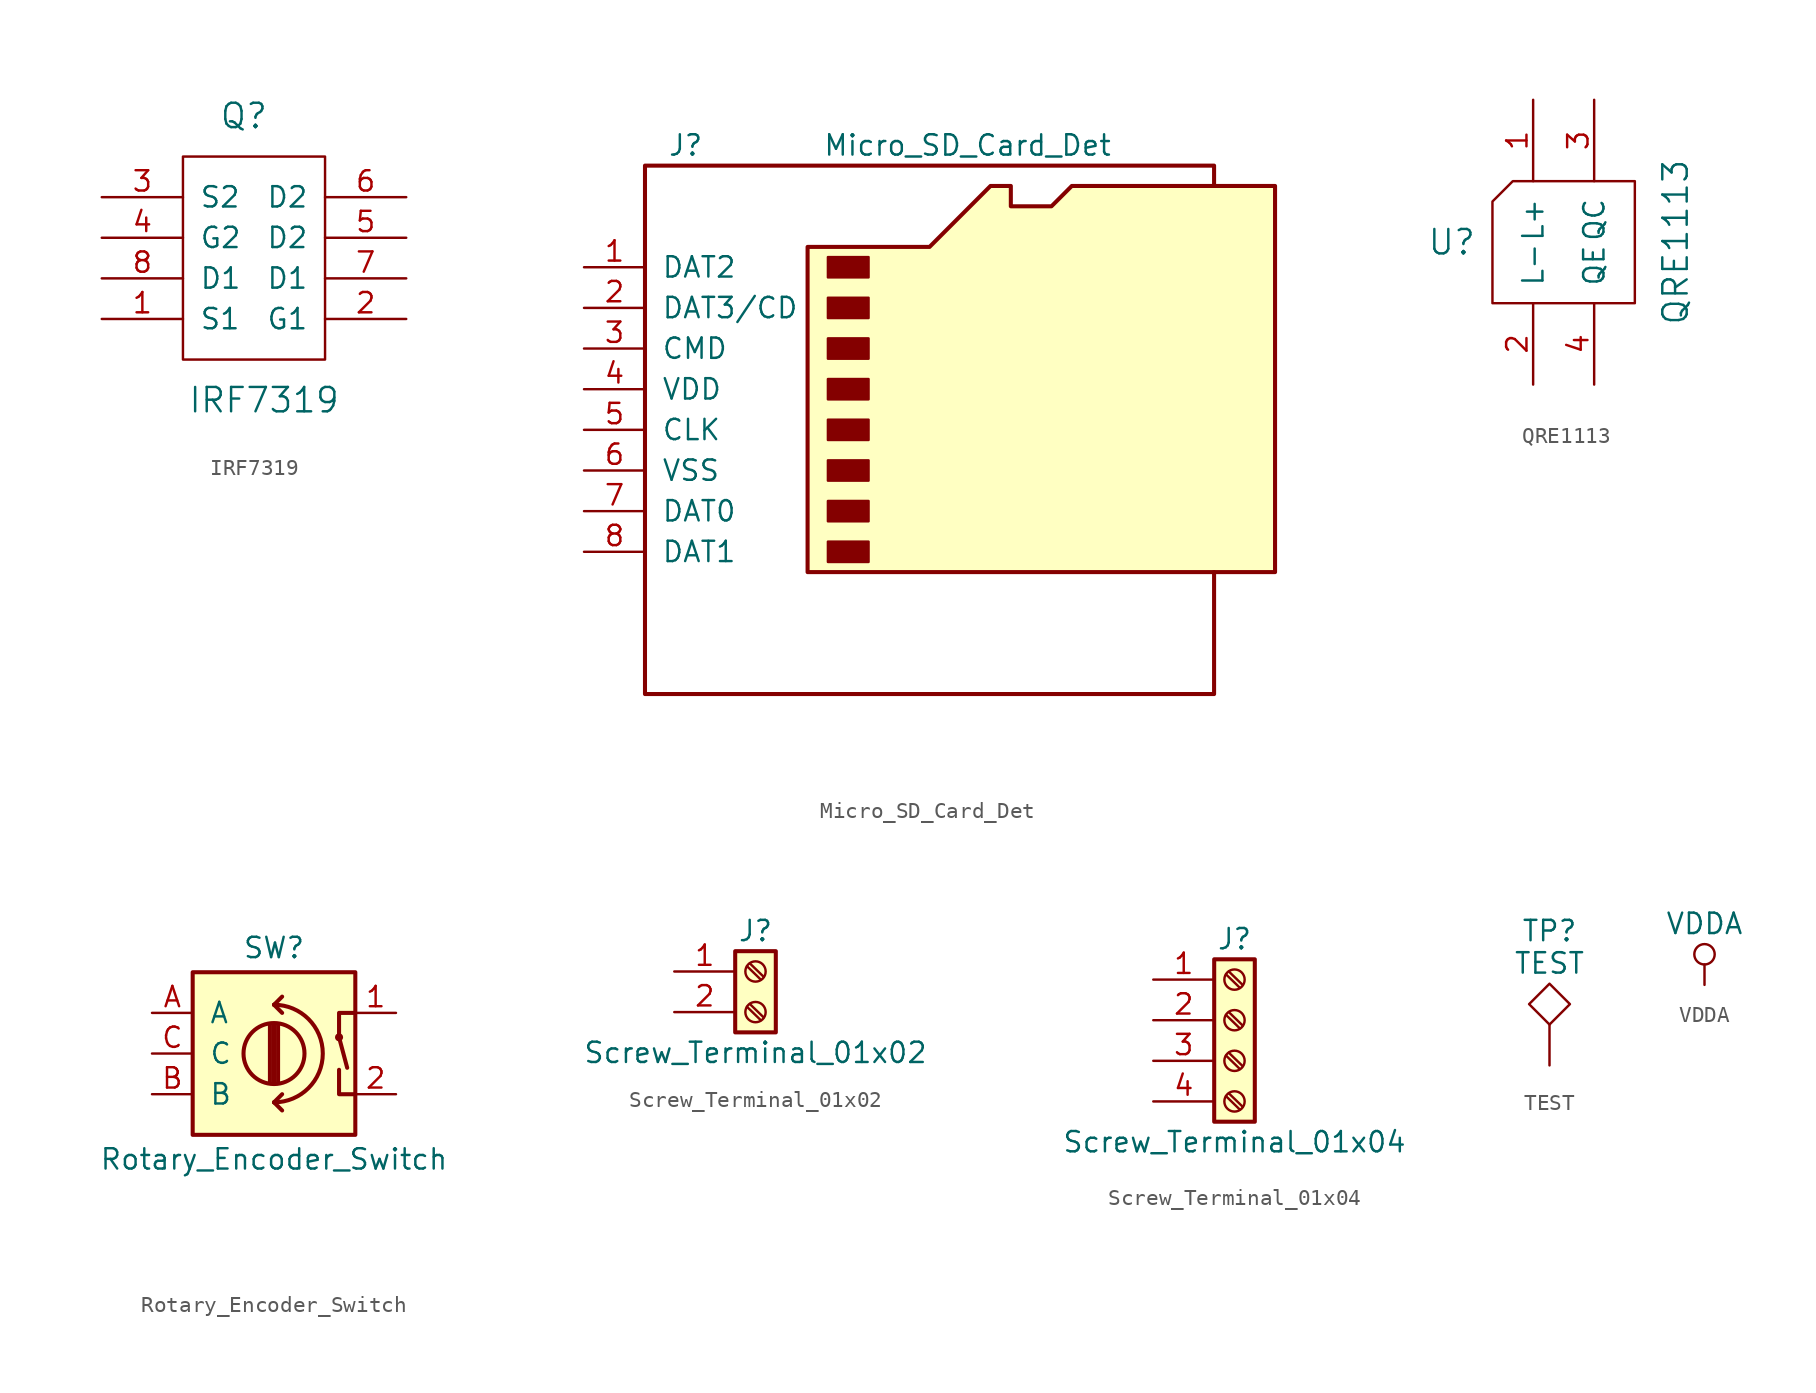
<source format=kicad_sym>
(kicad_symbol_lib
  (version 20231120)
  (generator "kicad_symbol_editor")
  (generator_version "8.0")
  (symbol "IRF7319"
    (pin_names
      (offset 1.016))
    (property "Reference" "Q"
      (at 0 7.62 0)
      (effects (font (size 1.524 1.524))))
    (property "Value" "IRF7319"
      (at 1.27 -10.16 0)
      (effects (font (size 1.524 1.524))))
    (symbol "IRF7319_0_1"
      (rectangle (start -3.81 5.08) (end 5.08 -7.62) (stroke (width 0) (type solid)) (fill (type none))))
    (symbol "IRF7319_1_1"
      (pin unspecified line (at -8.89 -5.08 0) (length 5.08) (name "S1" (effects (font (size 1.27 1.27)))) (number "1" (effects (font (size 1.27 1.27)))))
      (pin unspecified line (at 10.16 -5.08 180) (length 5.08) (name "G1" (effects (font (size 1.27 1.27)))) (number "2" (effects (font (size 1.27 1.27)))))
      (pin unspecified line (at -8.89 2.54 0) (length 5.08) (name "S2" (effects (font (size 1.27 1.27)))) (number "3" (effects (font (size 1.27 1.27)))))
      (pin unspecified line (at -8.89 0 0) (length 5.08) (name "G2" (effects (font (size 1.27 1.27)))) (number "4" (effects (font (size 1.27 1.27)))))
      (pin unspecified line (at 10.16 0 180) (length 5.08) (name "D2" (effects (font (size 1.27 1.27)))) (number "5" (effects (font (size 1.27 1.27)))))
      (pin unspecified line (at 10.16 2.54 180) (length 5.08) (name "D2" (effects (font (size 1.27 1.27)))) (number "6" (effects (font (size 1.27 1.27)))))
      (pin unspecified line (at 10.16 -2.54 180) (length 5.08) (name "D1" (effects (font (size 1.27 1.27)))) (number "7" (effects (font (size 1.27 1.27)))))
      (pin unspecified line (at -8.89 -2.54 0) (length 5.08) (name "D1" (effects (font (size 1.27 1.27)))) (number "8" (effects (font (size 1.27 1.27)))))))
  (symbol "Micro_SD_Card_Det"
    (pin_names
      (offset 1.016))
    (property "Reference" "J"
      (at -16.51 17.78 0)
      (effects (font (size 1.27 1.27))))
    (property "Value" "Micro_SD_Card_Det"
      (at 10.16 17.78 0)
      (effects (font (size 1.27 1.27)) (justify right)))
    (symbol "Micro_SD_Card_Det_0_1"
      (rectangle (start -7.62 -6.985) (end -5.08 -8.255) (stroke (width 0) (type solid)) (fill (type outline)))
      (rectangle (start -7.62 -4.445) (end -5.08 -5.715) (stroke (width 0) (type solid)) (fill (type outline)))
      (rectangle (start -7.62 -1.905) (end -5.08 -3.175) (stroke (width 0) (type solid)) (fill (type outline)))
      (rectangle (start -7.62 0.635) (end -5.08 -0.635) (stroke (width 0) (type solid)) (fill (type outline)))
      (rectangle (start -7.62 3.175) (end -5.08 1.905) (stroke (width 0) (type solid)) (fill (type outline)))
      (rectangle (start -7.62 5.715) (end -5.08 4.445) (stroke (width 0) (type solid)) (fill (type outline)))
      (rectangle (start -7.62 8.255) (end -5.08 6.985) (stroke (width 0) (type solid)) (fill (type outline)))
      (rectangle (start -7.62 10.795) (end -5.08 9.525) (stroke (width 0) (type solid)) (fill (type outline)))
      (polyline (pts (xy 16.51 15.24) (xy 16.51 16.51) (xy -19.05 16.51) (xy -19.05 -16.51) (xy 16.51 -16.51) (xy 16.51 -8.89)) (stroke (width 0.254) (type solid)) (fill (type none)))
      (polyline (pts (xy -8.89 -8.89) (xy -8.89 11.43) (xy -1.27 11.43) (xy 2.54 15.24) (xy 3.81 15.24) (xy 3.81 13.97) (xy 6.35 13.97) (xy 7.62 15.24) (xy 20.32 15.24) (xy 20.32 -8.89) (xy -8.89 -8.89)) (stroke (width 0.254) (type solid)) (fill (type background))))
    (symbol "Micro_SD_Card_Det_1_1"
      (pin bidirectional line (at -22.86 10.16 0) (length 3.81) (name "DAT2" (effects (font (size 1.27 1.27)))) (number "1" (effects (font (size 1.27 1.27)))))
      (pin no_connect line (at 0 -19.05 90) (length 2.54) hide (name "nc" (effects (font (size 1.27 1.27)))) (number "10" (effects (font (size 1.27 1.27)))))
      (pin no_connect line (at 15.24 -19.05 90) (length 2.54) hide (name "nc" (effects (font (size 1.27 1.27)))) (number "11" (effects (font (size 1.27 1.27)))))
      (pin no_connect line (at 19.05 -12.7 180) (length 2.54) hide (name "nc" (effects (font (size 1.27 1.27)))) (number "12" (effects (font (size 1.27 1.27)))))
      (pin no_connect line (at 12.7 19.05 270) (length 2.54) hide (name "nc" (effects (font (size 1.27 1.27)))) (number "13" (effects (font (size 1.27 1.27)))))
      (pin no_connect line (at -13.97 19.05 270) (length 2.54) hide (name "nc" (effects (font (size 1.27 1.27)))) (number "14" (effects (font (size 1.27 1.27)))))
      (pin bidirectional line (at -22.86 7.62 0) (length 3.81) (name "DAT3/CD" (effects (font (size 1.27 1.27)))) (number "2" (effects (font (size 1.27 1.27)))))
      (pin input line (at -22.86 5.08 0) (length 3.81) (name "CMD" (effects (font (size 1.27 1.27)))) (number "3" (effects (font (size 1.27 1.27)))))
      (pin power_in line (at -22.86 2.54 0) (length 3.81) (name "VDD" (effects (font (size 1.27 1.27)))) (number "4" (effects (font (size 1.27 1.27)))))
      (pin input line (at -22.86 0 0) (length 3.81) (name "CLK" (effects (font (size 1.27 1.27)))) (number "5" (effects (font (size 1.27 1.27)))))
      (pin power_in line (at -22.86 -2.54 0) (length 3.81) (name "VSS" (effects (font (size 1.27 1.27)))) (number "6" (effects (font (size 1.27 1.27)))))
      (pin input line (at -22.86 -5.08 0) (length 3.81) (name "DAT0" (effects (font (size 1.27 1.27)))) (number "7" (effects (font (size 1.27 1.27)))))
      (pin input line (at -22.86 -7.62 0) (length 3.81) (name "DAT1" (effects (font (size 1.27 1.27)))) (number "8" (effects (font (size 1.27 1.27)))))
      (pin no_connect line (at -15.24 -19.05 90) (length 2.54) hide (name "nc" (effects (font (size 1.27 1.27)))) (number "9" (effects (font (size 1.27 1.27)))))))
  (symbol "QRE1113"
    (pin_names
      (offset 1.016))
    (property "Reference" "U"
      (at -7.62 0 0)
      (effects (font (size 1.524 1.524))))
    (property "Value" "QRE1113"
      (at 6.35 0 90)
      (effects (font (size 1.524 1.524))))
    (symbol "QRE1113_1_1"
      (polyline (pts (xy 3.81 3.81) (xy 3.81 -3.81) (xy -5.08 -3.81) (xy -5.08 2.54) (xy -3.81 3.81) (xy 3.81 3.81)) (stroke (width 0) (type solid)) (fill (type none)))
      (pin input line (at -2.54 8.89 270) (length 5.08) (name "L+" (effects (font (size 1.27 1.27)))) (number "1" (effects (font (size 1.27 1.27)))))
      (pin input line (at -2.54 -8.89 90) (length 5.08) (name "L-" (effects (font (size 1.27 1.27)))) (number "2" (effects (font (size 1.27 1.27)))))
      (pin output line (at 1.27 8.89 270) (length 5.08) (name "QC" (effects (font (size 1.27 1.27)))) (number "3" (effects (font (size 1.27 1.27)))))
      (pin unspecified line (at 1.27 -8.89 90) (length 5.08) (name "QE" (effects (font (size 1.27 1.27)))) (number "4" (effects (font (size 1.27 1.27)))))))
  (symbol "Rotary_Encoder_Switch"
    (pin_names
      (offset 1.016))
    (property "Reference" "SW"
      (at 0 6.604 0)
      (effects (font (size 1.27 1.27))))
    (property "Value" "Rotary_Encoder_Switch"
      (at 0 -6.604 0)
      (effects (font (size 1.27 1.27))))
    (symbol "Rotary_Encoder_Switch_0_1"
      (rectangle (start -5.08 5.08) (end 5.08 -5.08) (stroke (width 0.254) (type solid)) (fill (type background)))
      (arc (start 0 -3.048) (mid 3.048 0) (end 0 3.048) (stroke (width 0.254) (type solid)) (fill (type none)))
      (polyline (pts (xy -0.254 -1.778) (xy -0.254 1.778)) (stroke (width 0.254) (type solid)) (fill (type none)))
      (polyline (pts (xy 0 -3.048) (xy 0.508 -3.556)) (stroke (width 0.254) (type solid)) (fill (type none)))
      (polyline (pts (xy 0 -3.048) (xy 0.508 -2.54)) (stroke (width 0.254) (type solid)) (fill (type none)))
      (polyline (pts (xy 0 -1.778) (xy 0 1.778)) (stroke (width 0.254) (type solid)) (fill (type none)))
      (polyline (pts (xy 0 3.048) (xy 0.508 2.54)) (stroke (width 0.254) (type solid)) (fill (type none)))
      (polyline (pts (xy 0.254 1.778) (xy 0.254 -1.778)) (stroke (width 0.254) (type solid)) (fill (type none)))
      (polyline (pts (xy 0.508 3.556) (xy 0 3.048)) (stroke (width 0.254) (type solid)) (fill (type none)))
      (polyline (pts (xy 4.064 1.016) (xy 4.572 -0.889)) (stroke (width 0.254) (type solid)) (fill (type none)))
      (polyline (pts (xy 5.08 -2.54) (xy 4.064 -2.54) (xy 4.064 -1.016)) (stroke (width 0.254) (type solid)) (fill (type none)))
      (polyline (pts (xy 5.08 2.54) (xy 4.064 2.54) (xy 4.064 1.016)) (stroke (width 0.254) (type solid)) (fill (type none)))
      (circle (center 0 0) (radius 1.905) (stroke (width 0.254) (type solid)) (fill (type none)))
      (circle (center 4.064 1.016) (radius 0.127) (stroke (width 0.254) (type solid)) (fill (type none))))
    (symbol "Rotary_Encoder_Switch_1_1"
      (pin input line (at 7.62 2.54 180) (length 2.54) (name "~" (effects (font (size 1.27 1.27)))) (number "1" (effects (font (size 1.27 1.27)))))
      (pin input line (at 7.62 -2.54 180) (length 2.54) (name "~" (effects (font (size 1.27 1.27)))) (number "2" (effects (font (size 1.27 1.27)))))
      (pin input line (at -7.62 2.54 0) (length 2.54) (name "A" (effects (font (size 1.27 1.27)))) (number "A" (effects (font (size 1.27 1.27)))))
      (pin input line (at -7.62 -2.54 0) (length 2.54) (name "B" (effects (font (size 1.27 1.27)))) (number "B" (effects (font (size 1.27 1.27)))))
      (pin input line (at -7.62 0 0) (length 2.54) (name "C" (effects (font (size 1.27 1.27)))) (number "C" (effects (font (size 1.27 1.27)))))
      (pin no_connect line (at 2.54 -10.16 180) (length 2.54) hide (name "Mount" (effects (font (size 1.27 1.27)))) (number "P1" (effects (font (size 1.27 1.27)))))
      (pin no_connect line (at 2.54 -12.7 180) (length 2.54) hide (name "Mount" (effects (font (size 1.27 1.27)))) (number "P2" (effects (font (size 1.27 1.27)))))))
  (symbol "Screw_Terminal_01x02"
    (pin_names
      (offset 1.016) hide)
    (property "Reference" "J"
      (at 0 2.54 0)
      (effects (font (size 1.27 1.27))))
    (property "Value" "Screw_Terminal_01x02"
      (at 0 -5.08 0)
      (effects (font (size 1.27 1.27))))
    (symbol "Screw_Terminal_01x02_1_1"
      (rectangle (start -1.27 1.27) (end 1.27 -3.81) (stroke (width 0.254) (type solid)) (fill (type background)))
      (circle (center 0 -2.54) (radius 0.635) (stroke (width 0.152) (type solid)) (fill (type none)))
      (polyline (pts (xy -0.533 -2.21) (xy 0.33 -3.048)) (stroke (width 0.152) (type solid)) (fill (type none)))
      (polyline (pts (xy -0.533 0.33) (xy 0.33 -0.508)) (stroke (width 0.152) (type solid)) (fill (type none)))
      (polyline (pts (xy -0.356 -2.032) (xy 0.508 -2.87)) (stroke (width 0.152) (type solid)) (fill (type none)))
      (polyline (pts (xy -0.356 0.508) (xy 0.508 -0.33)) (stroke (width 0.152) (type solid)) (fill (type none)))
      (circle (center 0 0) (radius 0.635) (stroke (width 0.152) (type solid)) (fill (type none)))
      (pin passive line (at -5.08 0 0) (length 3.81) (name "Pin_1" (effects (font (size 1.27 1.27)))) (number "1" (effects (font (size 1.27 1.27)))))
      (pin passive line (at -5.08 -2.54 0) (length 3.81) (name "Pin_2" (effects (font (size 1.27 1.27)))) (number "2" (effects (font (size 1.27 1.27)))))))
  (symbol "Screw_Terminal_01x04"
    (pin_names
      (offset 1.016) hide)
    (property "Reference" "J"
      (at 0 5.08 0)
      (effects (font (size 1.27 1.27))))
    (property "Value" "Screw_Terminal_01x04"
      (at 0 -7.62 0)
      (effects (font (size 1.27 1.27))))
    (symbol "Screw_Terminal_01x04_1_1"
      (rectangle (start -1.27 3.81) (end 1.27 -6.35) (stroke (width 0.254) (type solid)) (fill (type background)))
      (circle (center 0 -5.08) (radius 0.635) (stroke (width 0.152) (type solid)) (fill (type none)))
      (circle (center 0 -2.54) (radius 0.635) (stroke (width 0.152) (type solid)) (fill (type none)))
      (polyline (pts (xy -0.533 -4.75) (xy 0.33 -5.588)) (stroke (width 0.152) (type solid)) (fill (type none)))
      (polyline (pts (xy -0.533 -2.21) (xy 0.33 -3.048)) (stroke (width 0.152) (type solid)) (fill (type none)))
      (polyline (pts (xy -0.533 0.33) (xy 0.33 -0.508)) (stroke (width 0.152) (type solid)) (fill (type none)))
      (polyline (pts (xy -0.533 2.87) (xy 0.33 2.032)) (stroke (width 0.152) (type solid)) (fill (type none)))
      (polyline (pts (xy -0.356 -4.572) (xy 0.508 -5.41)) (stroke (width 0.152) (type solid)) (fill (type none)))
      (polyline (pts (xy -0.356 -2.032) (xy 0.508 -2.87)) (stroke (width 0.152) (type solid)) (fill (type none)))
      (polyline (pts (xy -0.356 0.508) (xy 0.508 -0.33)) (stroke (width 0.152) (type solid)) (fill (type none)))
      (polyline (pts (xy -0.356 3.048) (xy 0.508 2.21)) (stroke (width 0.152) (type solid)) (fill (type none)))
      (circle (center 0 0) (radius 0.635) (stroke (width 0.152) (type solid)) (fill (type none)))
      (circle (center 0 2.54) (radius 0.635) (stroke (width 0.152) (type solid)) (fill (type none)))
      (pin passive line (at -5.08 2.54 0) (length 3.81) (name "Pin_1" (effects (font (size 1.27 1.27)))) (number "1" (effects (font (size 1.27 1.27)))))
      (pin passive line (at -5.08 0 0) (length 3.81) (name "Pin_2" (effects (font (size 1.27 1.27)))) (number "2" (effects (font (size 1.27 1.27)))))
      (pin passive line (at -5.08 -2.54 0) (length 3.81) (name "Pin_3" (effects (font (size 1.27 1.27)))) (number "3" (effects (font (size 1.27 1.27)))))
      (pin passive line (at -5.08 -5.08 0) (length 3.81) (name "Pin_4" (effects (font (size 1.27 1.27)))) (number "4" (effects (font (size 1.27 1.27)))))))
  (symbol "TEST"
    (pin_numbers hide)
    (pin_names
      (offset 1.016) hide)
    (property "Reference" "TP"
      (at 0 7.62 0)
      (effects (font (size 1.27 1.27)) (justify bottom)))
    (property "Value" "TEST"
      (at 0 6.35 0)
      (effects (font (size 1.27 1.27))))
    (symbol "TEST_0_1"
      (polyline (pts (xy 0 5.08) (xy -1.27 3.81) (xy 0 2.54) (xy 1.27 3.81) (xy 0 5.08) (xy 0 5.08)) (stroke (width 0) (type solid)) (fill (type none))))
    (symbol "TEST_1_1"
      (pin passive line (at 0 0 90) (length 2.54) (name "~" (effects (font (size 1.27 1.27)))) (number "1" (effects (font (size 1.27 1.27)))))))
  (symbol "VDDA"
    (power)
    (pin_names
      (offset 0))
    (property "Reference" "#PWR"
      (at 0 -3.81 0)
      (effects (font (size 1.27 1.27)) (hide yes)))
    (property "Value" "VDDA"
      (at 0 3.81 0)
      (effects (font (size 1.27 1.27))))
    (symbol "VDDA_0_1"
      (polyline (pts (xy 0 0) (xy 0 1.27)) (stroke (width 0) (type solid)) (fill (type none)))
      (circle (center 0 1.905) (radius 0.635) (stroke (width 0) (type solid)) (fill (type none))))
    (symbol "VDDA_1_1"
      (pin power_in line (at 0 0 90) (length 0) hide (name "VDDA" (effects (font (size 1.27 1.27)))) (number "1" (effects (font (size 1.27 1.27))))))))
</source>
